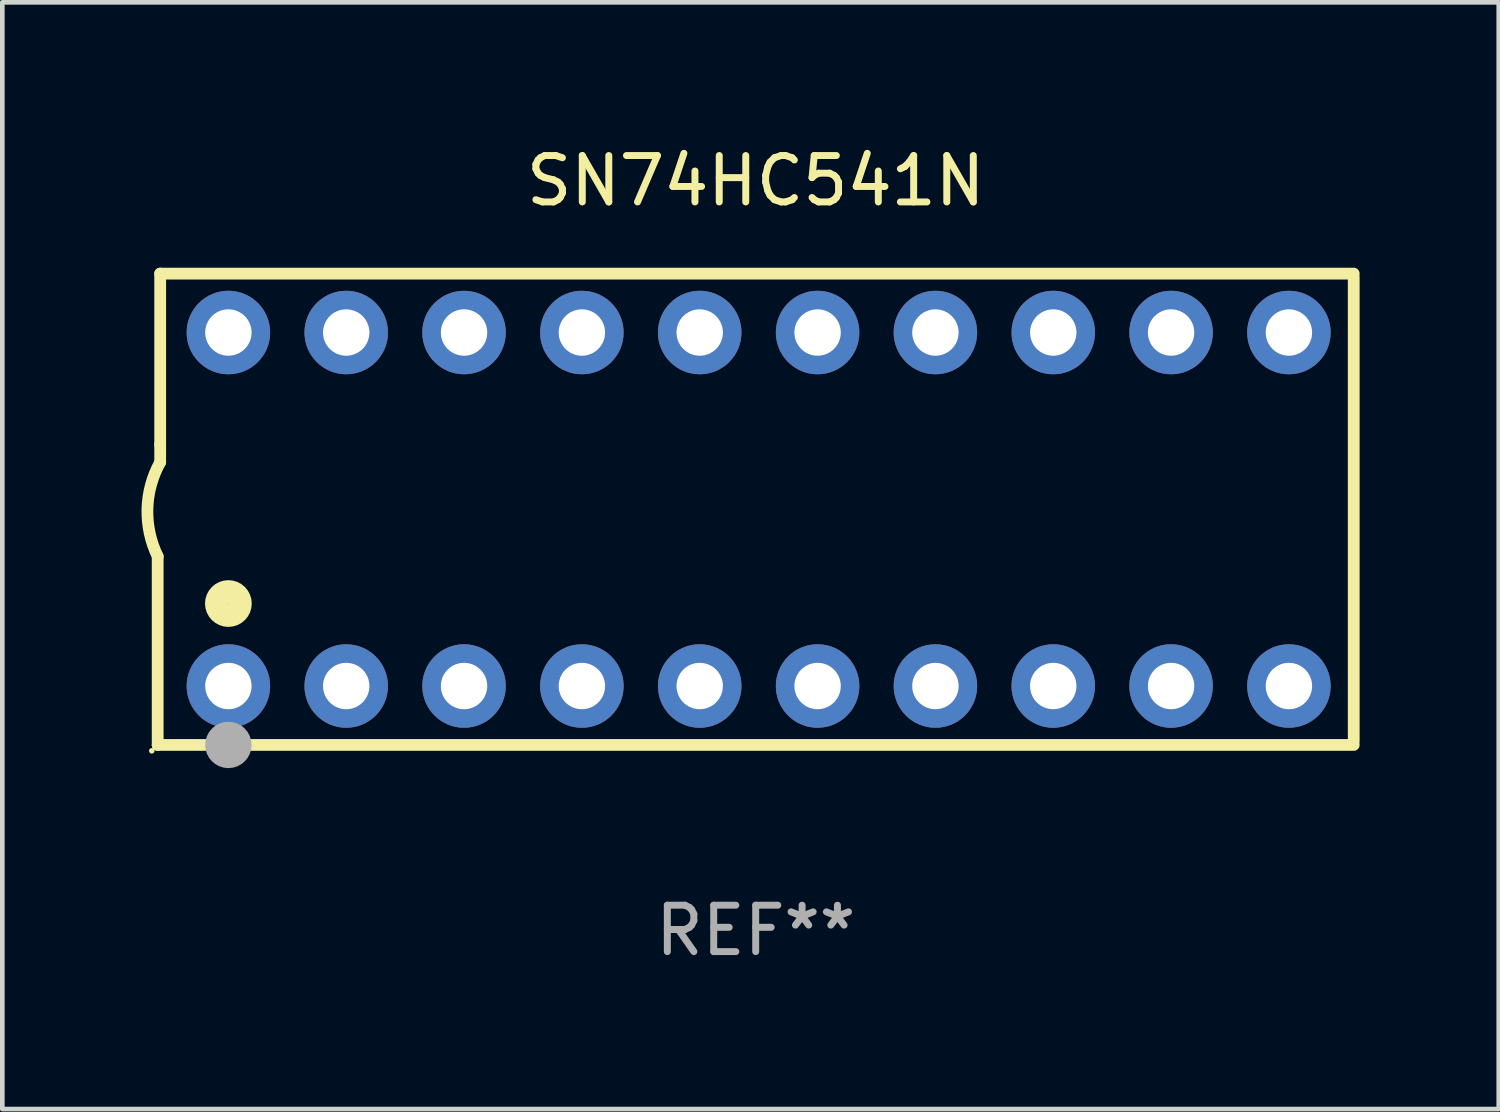
<source format=kicad_pcb>
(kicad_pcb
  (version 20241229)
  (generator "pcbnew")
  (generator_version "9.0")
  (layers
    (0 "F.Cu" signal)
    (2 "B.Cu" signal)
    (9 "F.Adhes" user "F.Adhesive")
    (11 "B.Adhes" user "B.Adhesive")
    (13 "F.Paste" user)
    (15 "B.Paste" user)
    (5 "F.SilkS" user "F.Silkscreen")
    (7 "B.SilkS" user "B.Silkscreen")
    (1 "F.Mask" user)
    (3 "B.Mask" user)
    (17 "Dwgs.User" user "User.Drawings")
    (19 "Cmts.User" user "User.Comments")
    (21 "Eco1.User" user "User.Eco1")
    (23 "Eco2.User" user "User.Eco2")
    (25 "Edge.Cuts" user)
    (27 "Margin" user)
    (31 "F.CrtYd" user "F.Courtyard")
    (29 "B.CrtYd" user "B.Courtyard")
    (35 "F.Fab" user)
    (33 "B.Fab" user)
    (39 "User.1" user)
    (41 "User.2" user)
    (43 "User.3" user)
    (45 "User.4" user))
  (footprint "SN74HC541N"
    (layer "F.Cu")
    (at 13.24 7.928)
    (property "Reference" "SN74HC541N" (at 0 -7.08 0) (layer "F.SilkS") (effects (font (size 1 1) (thickness 0.15))))
    (attr through_hole)
    (fp_line (start -12.891 5.08) (end -12.891 1.016) (stroke (width 0.254) (type solid)) (layer "F.SilkS"))
    (fp_line (start -12.891 5.08) (end 12.891 5.08) (stroke (width 0.254) (type solid)) (layer "F.SilkS"))
    (fp_line (start -12.837 -5.08) (end -12.837 -1.397) (stroke (width 0.254) (type solid)) (layer "F.SilkS"))
    (fp_line (start -12.837 -5.08) (end 12.891 -5.08) (stroke (width 0.254) (type solid)) (layer "F.SilkS"))
    (fp_line (start -12.837 -1.397) (end -12.837 -1.016) (stroke (width 0.254) (type solid)) (layer "F.SilkS"))
    (fp_line (start 12.891 -5) (end 12.891 5) (stroke (width 0.254) (type solid)) (layer "F.SilkS"))
    (fp_arc (start -12.890526 1.016002) (mid -13.111945 -0.006602) (end -12.836525 -1.016002) (stroke (width 0.254001) (type solid)) (layer "F.SilkS"))
    (fp_circle (center -13.018 5.207) (end -12.988 5.207) (stroke (width 0.06) (type solid)) (fill no) (layer "F.SilkS"))
    (fp_circle (center -11.367 2.032) (end -11.113 2.032) (stroke (width 0.5) (type solid)) (fill no) (layer "F.SilkS"))
    (fp_circle (center -11.367 5.08) (end -11.117 5.08) (stroke (width 0.5) (type solid)) (fill no) (layer "F.Fab"))
    (fp_text user "REF**" (at 0 9.08 0) (layer "F.Fab") (effects (font (size 1 1) (thickness 0.15))))
    (pad "1" thru_hole circle (at -11.367 3.81) (size 1.8 1.8) (drill 1) (layers "*.Cu" "*.Mask"))
    (pad "2" thru_hole circle (at -8.827 3.81) (size 1.8 1.8) (drill 1) (layers "*.Cu" "*.Mask"))
    (pad "3" thru_hole circle (at -6.287 3.81) (size 1.8 1.8) (drill 1) (layers "*.Cu" "*.Mask"))
    (pad "4" thru_hole circle (at -3.747 3.81) (size 1.8 1.8) (drill 1) (layers "*.Cu" "*.Mask"))
    (pad "5" thru_hole circle (at -1.207 3.81) (size 1.8 1.8) (drill 1) (layers "*.Cu" "*.Mask"))
    (pad "6" thru_hole circle (at 1.334 3.81) (size 1.8 1.8) (drill 1) (layers "*.Cu" "*.Mask"))
    (pad "7" thru_hole circle (at 3.874 3.81) (size 1.8 1.8) (drill 1) (layers "*.Cu" "*.Mask"))
    (pad "8" thru_hole circle (at 6.414 3.81) (size 1.8 1.8) (drill 1) (layers "*.Cu" "*.Mask"))
    (pad "9" thru_hole circle (at 8.954 3.81) (size 1.8 1.8) (drill 1) (layers "*.Cu" "*.Mask"))
    (pad "10" thru_hole circle (at 11.494 3.81) (size 1.8 1.8) (drill 1) (layers "*.Cu" "*.Mask"))
    (pad "11" thru_hole circle (at 11.494 -3.81) (size 1.8 1.8) (drill 1) (layers "*.Cu" "*.Mask"))
    (pad "12" thru_hole circle (at 8.954 -3.81) (size 1.8 1.8) (drill 1) (layers "*.Cu" "*.Mask"))
    (pad "13" thru_hole circle (at 6.414 -3.81) (size 1.8 1.8) (drill 1) (layers "*.Cu" "*.Mask"))
    (pad "14" thru_hole circle (at 3.874 -3.81) (size 1.8 1.8) (drill 1) (layers "*.Cu" "*.Mask"))
    (pad "15" thru_hole circle (at 1.334 -3.81) (size 1.8 1.8) (drill 1) (layers "*.Cu" "*.Mask"))
    (pad "16" thru_hole circle (at -1.207 -3.81) (size 1.8 1.8) (drill 1) (layers "*.Cu" "*.Mask"))
    (pad "17" thru_hole circle (at -3.747 -3.81) (size 1.8 1.8) (drill 1) (layers "*.Cu" "*.Mask"))
    (pad "18" thru_hole circle (at -6.287 -3.81) (size 1.8 1.8) (drill 1) (layers "*.Cu" "*.Mask"))
    (pad "19" thru_hole circle (at -8.827 -3.81) (size 1.8 1.8) (drill 1) (layers "*.Cu" "*.Mask"))
    (pad "20" thru_hole circle (at -11.367 -3.81) (size 1.8 1.8) (drill 1) (layers "*.Cu" "*.Mask")))
  (gr_rect
    (start -3 -3)
    (end 29.257 20.857)
    (stroke (width 0.1) (type default))
    (fill no)
    (layer "Edge.Cuts")))
</source>
